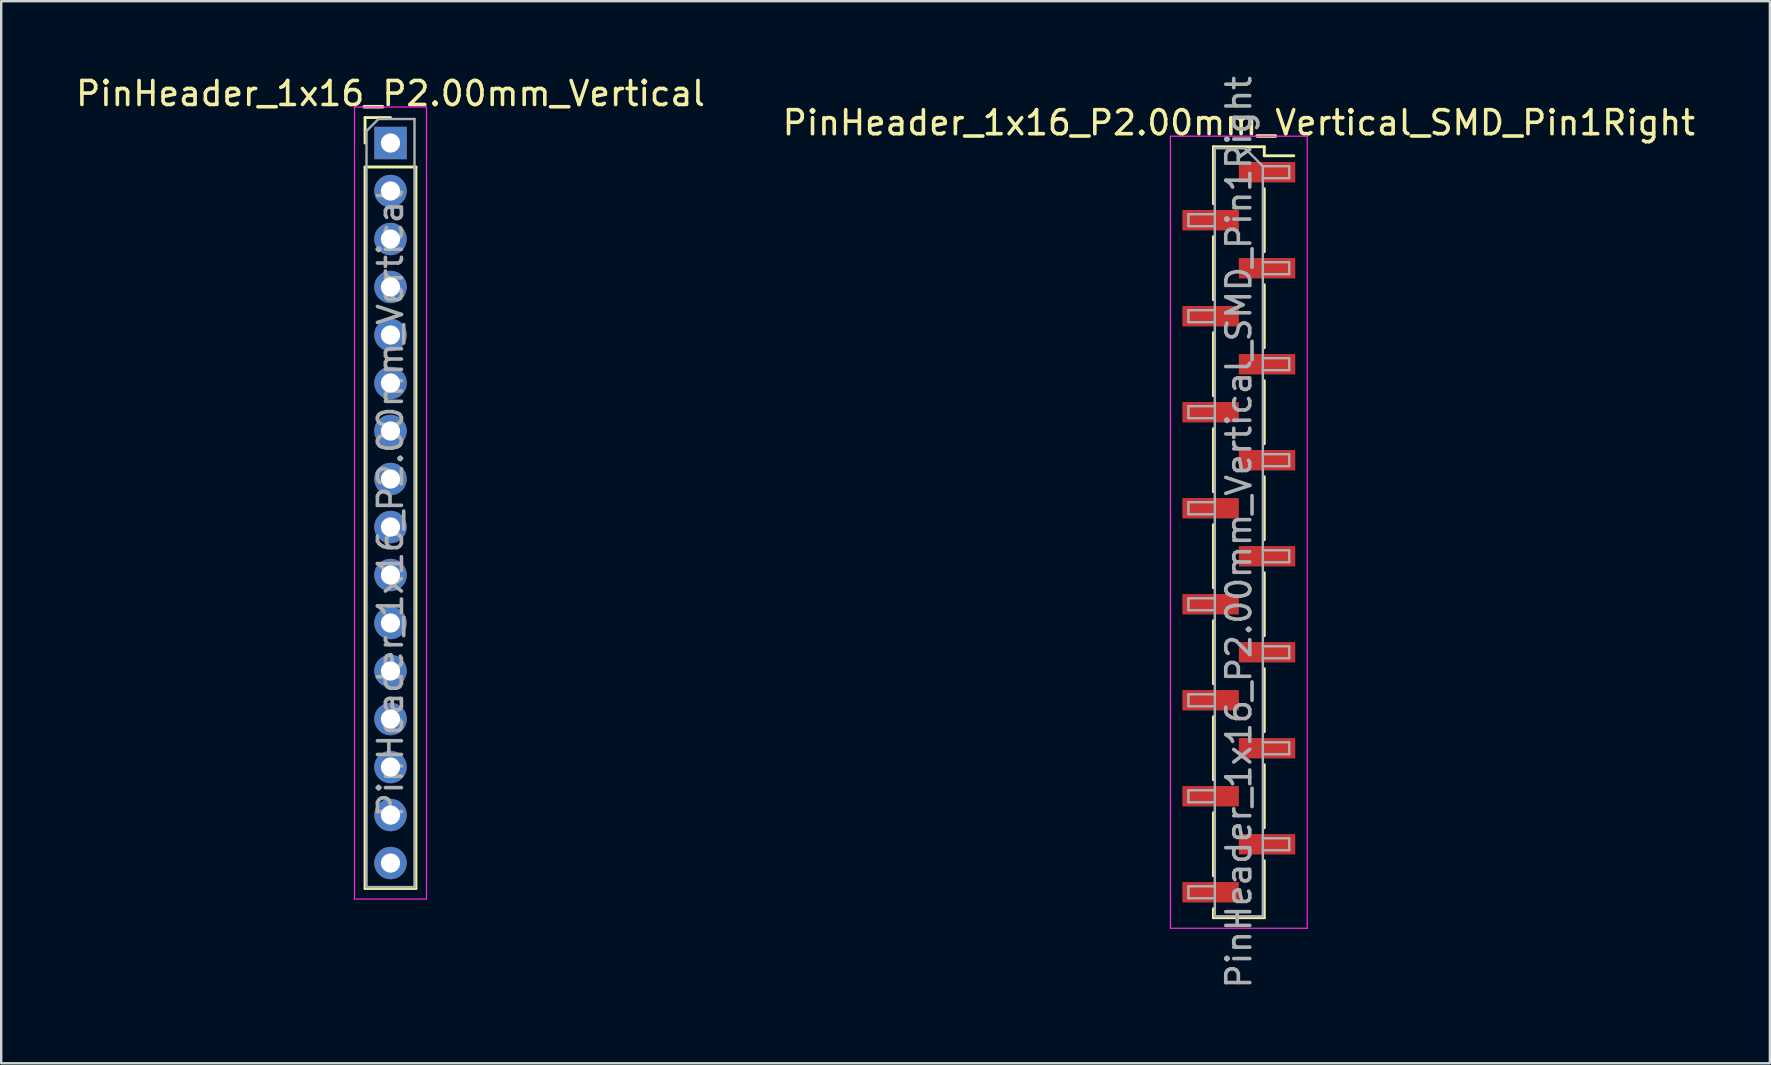
<source format=kicad_pcb>
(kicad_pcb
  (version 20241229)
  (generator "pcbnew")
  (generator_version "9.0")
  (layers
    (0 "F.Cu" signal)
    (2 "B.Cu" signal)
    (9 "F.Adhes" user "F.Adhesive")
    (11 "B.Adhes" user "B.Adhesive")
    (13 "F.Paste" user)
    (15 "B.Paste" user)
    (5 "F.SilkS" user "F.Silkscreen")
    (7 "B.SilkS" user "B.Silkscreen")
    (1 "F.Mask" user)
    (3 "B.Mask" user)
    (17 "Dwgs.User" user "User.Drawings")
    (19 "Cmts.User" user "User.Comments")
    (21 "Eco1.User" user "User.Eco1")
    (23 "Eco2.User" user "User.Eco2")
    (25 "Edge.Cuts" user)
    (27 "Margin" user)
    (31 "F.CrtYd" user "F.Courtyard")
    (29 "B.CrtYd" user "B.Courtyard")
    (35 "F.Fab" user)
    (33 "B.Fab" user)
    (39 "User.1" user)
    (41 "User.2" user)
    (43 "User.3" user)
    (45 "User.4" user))
  (footprint "PinHeader_1x16_P2.00mm_Vertical_SMD_Pin1Right"
    (layer "F.Cu")
    (at 48.565 19.125)
    (property "Reference" "PinHeader_1x16_P2.00mm_Vertical_SMD_Pin1Right" (at 0 -17.06 0) (layer "F.SilkS") (effects (font (size 1 1) (thickness 0.15))))
    (attr smd)
    (fp_line (start -1.06 -16.06) (end -1.06 -13.685) (stroke (width 0.12) (type solid)) (layer "F.SilkS"))
    (fp_line (start -1.06 -16.06) (end 1.06 -16.06) (stroke (width 0.12) (type solid)) (layer "F.SilkS"))
    (fp_line (start -1.06 -12.315) (end -1.06 -9.685) (stroke (width 0.12) (type solid)) (layer "F.SilkS"))
    (fp_line (start -1.06 -8.315) (end -1.06 -5.685) (stroke (width 0.12) (type solid)) (layer "F.SilkS"))
    (fp_line (start -1.06 -4.315) (end -1.06 -1.685) (stroke (width 0.12) (type solid)) (layer "F.SilkS"))
    (fp_line (start -1.06 -0.315) (end -1.06 2.315) (stroke (width 0.12) (type solid)) (layer "F.SilkS"))
    (fp_line (start -1.06 3.685) (end -1.06 6.315) (stroke (width 0.12) (type solid)) (layer "F.SilkS"))
    (fp_line (start -1.06 7.685) (end -1.06 10.315) (stroke (width 0.12) (type solid)) (layer "F.SilkS"))
    (fp_line (start -1.06 11.685) (end -1.06 14.315) (stroke (width 0.12) (type solid)) (layer "F.SilkS"))
    (fp_line (start -1.06 15.685) (end -1.06 16.06) (stroke (width 0.12) (type solid)) (layer "F.SilkS"))
    (fp_line (start -1.06 16.06) (end 1.06 16.06) (stroke (width 0.12) (type solid)) (layer "F.SilkS"))
    (fp_line (start 1.06 -16.06) (end 1.06 -15.685) (stroke (width 0.12) (type solid)) (layer "F.SilkS"))
    (fp_line (start 1.06 -15.685) (end 2.29 -15.685) (stroke (width 0.12) (type solid)) (layer "F.SilkS"))
    (fp_line (start 1.06 -14.315) (end 1.06 -11.685) (stroke (width 0.12) (type solid)) (layer "F.SilkS"))
    (fp_line (start 1.06 -10.315) (end 1.06 -7.685) (stroke (width 0.12) (type solid)) (layer "F.SilkS"))
    (fp_line (start 1.06 -6.315) (end 1.06 -3.685) (stroke (width 0.12) (type solid)) (layer "F.SilkS"))
    (fp_line (start 1.06 -2.315) (end 1.06 0.315) (stroke (width 0.12) (type solid)) (layer "F.SilkS"))
    (fp_line (start 1.06 1.685) (end 1.06 4.315) (stroke (width 0.12) (type solid)) (layer "F.SilkS"))
    (fp_line (start 1.06 5.685) (end 1.06 8.315) (stroke (width 0.12) (type solid)) (layer "F.SilkS"))
    (fp_line (start 1.06 9.685) (end 1.06 12.315) (stroke (width 0.12) (type solid)) (layer "F.SilkS"))
    (fp_line (start 1.06 13.685) (end 1.06 16.06) (stroke (width 0.12) (type solid)) (layer "F.SilkS"))
    (fp_line (start -2.85 -16.5) (end -2.85 16.5) (stroke (width 0.05) (type solid)) (layer "F.CrtYd"))
    (fp_line (start -2.85 16.5) (end 2.85 16.5) (stroke (width 0.05) (type solid)) (layer "F.CrtYd"))
    (fp_line (start 2.85 -16.5) (end -2.85 -16.5) (stroke (width 0.05) (type solid)) (layer "F.CrtYd"))
    (fp_line (start 2.85 16.5) (end 2.85 -16.5) (stroke (width 0.05) (type solid)) (layer "F.CrtYd"))
    (fp_line (start -2.1 -13.25) (end -2.1 -12.75) (stroke (width 0.1) (type solid)) (layer "F.Fab"))
    (fp_line (start -2.1 -12.75) (end -1 -12.75) (stroke (width 0.1) (type solid)) (layer "F.Fab"))
    (fp_line (start -2.1 -9.25) (end -2.1 -8.75) (stroke (width 0.1) (type solid)) (layer "F.Fab"))
    (fp_line (start -2.1 -8.75) (end -1 -8.75) (stroke (width 0.1) (type solid)) (layer "F.Fab"))
    (fp_line (start -2.1 -5.25) (end -2.1 -4.75) (stroke (width 0.1) (type solid)) (layer "F.Fab"))
    (fp_line (start -2.1 -4.75) (end -1 -4.75) (stroke (width 0.1) (type solid)) (layer "F.Fab"))
    (fp_line (start -2.1 -1.25) (end -2.1 -0.75) (stroke (width 0.1) (type solid)) (layer "F.Fab"))
    (fp_line (start -2.1 -0.75) (end -1 -0.75) (stroke (width 0.1) (type solid)) (layer "F.Fab"))
    (fp_line (start -2.1 2.75) (end -2.1 3.25) (stroke (width 0.1) (type solid)) (layer "F.Fab"))
    (fp_line (start -2.1 3.25) (end -1 3.25) (stroke (width 0.1) (type solid)) (layer "F.Fab"))
    (fp_line (start -2.1 6.75) (end -2.1 7.25) (stroke (width 0.1) (type solid)) (layer "F.Fab"))
    (fp_line (start -2.1 7.25) (end -1 7.25) (stroke (width 0.1) (type solid)) (layer "F.Fab"))
    (fp_line (start -2.1 10.75) (end -2.1 11.25) (stroke (width 0.1) (type solid)) (layer "F.Fab"))
    (fp_line (start -2.1 11.25) (end -1 11.25) (stroke (width 0.1) (type solid)) (layer "F.Fab"))
    (fp_line (start -2.1 14.75) (end -2.1 15.25) (stroke (width 0.1) (type solid)) (layer "F.Fab"))
    (fp_line (start -2.1 15.25) (end -1 15.25) (stroke (width 0.1) (type solid)) (layer "F.Fab"))
    (fp_line (start -1 -16) (end -1 16) (stroke (width 0.1) (type solid)) (layer "F.Fab"))
    (fp_line (start -1 -16) (end 0.25 -16) (stroke (width 0.1) (type solid)) (layer "F.Fab"))
    (fp_line (start -1 -13.25) (end -2.1 -13.25) (stroke (width 0.1) (type solid)) (layer "F.Fab"))
    (fp_line (start -1 -9.25) (end -2.1 -9.25) (stroke (width 0.1) (type solid)) (layer "F.Fab"))
    (fp_line (start -1 -5.25) (end -2.1 -5.25) (stroke (width 0.1) (type solid)) (layer "F.Fab"))
    (fp_line (start -1 -1.25) (end -2.1 -1.25) (stroke (width 0.1) (type solid)) (layer "F.Fab"))
    (fp_line (start -1 2.75) (end -2.1 2.75) (stroke (width 0.1) (type solid)) (layer "F.Fab"))
    (fp_line (start -1 6.75) (end -2.1 6.75) (stroke (width 0.1) (type solid)) (layer "F.Fab"))
    (fp_line (start -1 10.75) (end -2.1 10.75) (stroke (width 0.1) (type solid)) (layer "F.Fab"))
    (fp_line (start -1 14.75) (end -2.1 14.75) (stroke (width 0.1) (type solid)) (layer "F.Fab"))
    (fp_line (start 1 -15.25) (end 0.25 -16) (stroke (width 0.1) (type solid)) (layer "F.Fab"))
    (fp_line (start 1 -15.25) (end 2.1 -15.25) (stroke (width 0.1) (type solid)) (layer "F.Fab"))
    (fp_line (start 1 -11.25) (end 2.1 -11.25) (stroke (width 0.1) (type solid)) (layer "F.Fab"))
    (fp_line (start 1 -7.25) (end 2.1 -7.25) (stroke (width 0.1) (type solid)) (layer "F.Fab"))
    (fp_line (start 1 -3.25) (end 2.1 -3.25) (stroke (width 0.1) (type solid)) (layer "F.Fab"))
    (fp_line (start 1 0.75) (end 2.1 0.75) (stroke (width 0.1) (type solid)) (layer "F.Fab"))
    (fp_line (start 1 4.75) (end 2.1 4.75) (stroke (width 0.1) (type solid)) (layer "F.Fab"))
    (fp_line (start 1 8.75) (end 2.1 8.75) (stroke (width 0.1) (type solid)) (layer "F.Fab"))
    (fp_line (start 1 12.75) (end 2.1 12.75) (stroke (width 0.1) (type solid)) (layer "F.Fab"))
    (fp_line (start 1 16) (end -1 16) (stroke (width 0.1) (type solid)) (layer "F.Fab"))
    (fp_line (start 1 16) (end 1 -15.25) (stroke (width 0.1) (type solid)) (layer "F.Fab"))
    (fp_line (start 2.1 -15.25) (end 2.1 -14.75) (stroke (width 0.1) (type solid)) (layer "F.Fab"))
    (fp_line (start 2.1 -14.75) (end 1 -14.75) (stroke (width 0.1) (type solid)) (layer "F.Fab"))
    (fp_line (start 2.1 -11.25) (end 2.1 -10.75) (stroke (width 0.1) (type solid)) (layer "F.Fab"))
    (fp_line (start 2.1 -10.75) (end 1 -10.75) (stroke (width 0.1) (type solid)) (layer "F.Fab"))
    (fp_line (start 2.1 -7.25) (end 2.1 -6.75) (stroke (width 0.1) (type solid)) (layer "F.Fab"))
    (fp_line (start 2.1 -6.75) (end 1 -6.75) (stroke (width 0.1) (type solid)) (layer "F.Fab"))
    (fp_line (start 2.1 -3.25) (end 2.1 -2.75) (stroke (width 0.1) (type solid)) (layer "F.Fab"))
    (fp_line (start 2.1 -2.75) (end 1 -2.75) (stroke (width 0.1) (type solid)) (layer "F.Fab"))
    (fp_line (start 2.1 0.75) (end 2.1 1.25) (stroke (width 0.1) (type solid)) (layer "F.Fab"))
    (fp_line (start 2.1 1.25) (end 1 1.25) (stroke (width 0.1) (type solid)) (layer "F.Fab"))
    (fp_line (start 2.1 4.75) (end 2.1 5.25) (stroke (width 0.1) (type solid)) (layer "F.Fab"))
    (fp_line (start 2.1 5.25) (end 1 5.25) (stroke (width 0.1) (type solid)) (layer "F.Fab"))
    (fp_line (start 2.1 8.75) (end 2.1 9.25) (stroke (width 0.1) (type solid)) (layer "F.Fab"))
    (fp_line (start 2.1 9.25) (end 1 9.25) (stroke (width 0.1) (type solid)) (layer "F.Fab"))
    (fp_line (start 2.1 12.75) (end 2.1 13.25) (stroke (width 0.1) (type solid)) (layer "F.Fab"))
    (fp_line (start 2.1 13.25) (end 1 13.25) (stroke (width 0.1) (type solid)) (layer "F.Fab"))
    (fp_text user "${REFERENCE}" (at 0 0 90) (layer "F.Fab") (effects (font (size 1 1) (thickness 0.15))))
    (pad "1" smd rect (at 1.175 -15) (size 2.35 0.85) (layers "F.Cu" "F.Mask" "F.Paste"))
    (pad "2" smd rect (at -1.175 -13) (size 2.35 0.85) (layers "F.Cu" "F.Mask" "F.Paste"))
    (pad "3" smd rect (at 1.175 -11) (size 2.35 0.85) (layers "F.Cu" "F.Mask" "F.Paste"))
    (pad "4" smd rect (at -1.175 -9) (size 2.35 0.85) (layers "F.Cu" "F.Mask" "F.Paste"))
    (pad "5" smd rect (at 1.175 -7) (size 2.35 0.85) (layers "F.Cu" "F.Mask" "F.Paste"))
    (pad "6" smd rect (at -1.175 -5) (size 2.35 0.85) (layers "F.Cu" "F.Mask" "F.Paste"))
    (pad "7" smd rect (at 1.175 -3) (size 2.35 0.85) (layers "F.Cu" "F.Mask" "F.Paste"))
    (pad "8" smd rect (at -1.175 -1) (size 2.35 0.85) (layers "F.Cu" "F.Mask" "F.Paste"))
    (pad "9" smd rect (at 1.175 1) (size 2.35 0.85) (layers "F.Cu" "F.Mask" "F.Paste"))
    (pad "10" smd rect (at -1.175 3) (size 2.35 0.85) (layers "F.Cu" "F.Mask" "F.Paste"))
    (pad "11" smd rect (at 1.175 5) (size 2.35 0.85) (layers "F.Cu" "F.Mask" "F.Paste"))
    (pad "12" smd rect (at -1.175 7) (size 2.35 0.85) (layers "F.Cu" "F.Mask" "F.Paste"))
    (pad "13" smd rect (at 1.175 9) (size 2.35 0.85) (layers "F.Cu" "F.Mask" "F.Paste"))
    (pad "14" smd rect (at -1.175 11) (size 2.35 0.85) (layers "F.Cu" "F.Mask" "F.Paste"))
    (pad "15" smd rect (at 1.175 13) (size 2.35 0.85) (layers "F.Cu" "F.Mask" "F.Paste"))
    (pad "16" smd rect (at -1.175 15) (size 2.35 0.85) (layers "F.Cu" "F.Mask" "F.Paste")))
  (footprint "PinHeader_1x16_P2.00mm_Vertical"
    (layer "F.Cu")
    (at 13.22 2.908)
    (property "Reference" "PinHeader_1x16_P2.00mm_Vertical" (at 0 -2.06 0) (layer "F.SilkS") (effects (font (size 1 1) (thickness 0.15))))
    (attr through_hole)
    (fp_line (start -1.06 -1.06) (end 0 -1.06) (stroke (width 0.12) (type solid)) (layer "F.SilkS"))
    (fp_line (start -1.06 0) (end -1.06 -1.06) (stroke (width 0.12) (type solid)) (layer "F.SilkS"))
    (fp_line (start -1.06 1) (end -1.06 31.06) (stroke (width 0.12) (type solid)) (layer "F.SilkS"))
    (fp_line (start -1.06 1) (end 1.06 1) (stroke (width 0.12) (type solid)) (layer "F.SilkS"))
    (fp_line (start -1.06 31.06) (end 1.06 31.06) (stroke (width 0.12) (type solid)) (layer "F.SilkS"))
    (fp_line (start 1.06 1) (end 1.06 31.06) (stroke (width 0.12) (type solid)) (layer "F.SilkS"))
    (fp_line (start -1.5 -1.5) (end -1.5 31.5) (stroke (width 0.05) (type solid)) (layer "F.CrtYd"))
    (fp_line (start -1.5 31.5) (end 1.5 31.5) (stroke (width 0.05) (type solid)) (layer "F.CrtYd"))
    (fp_line (start 1.5 -1.5) (end -1.5 -1.5) (stroke (width 0.05) (type solid)) (layer "F.CrtYd"))
    (fp_line (start 1.5 31.5) (end 1.5 -1.5) (stroke (width 0.05) (type solid)) (layer "F.CrtYd"))
    (fp_line (start -1 -0.5) (end -0.5 -1) (stroke (width 0.1) (type solid)) (layer "F.Fab"))
    (fp_line (start -1 31) (end -1 -0.5) (stroke (width 0.1) (type solid)) (layer "F.Fab"))
    (fp_line (start -0.5 -1) (end 1 -1) (stroke (width 0.1) (type solid)) (layer "F.Fab"))
    (fp_line (start 1 -1) (end 1 31) (stroke (width 0.1) (type solid)) (layer "F.Fab"))
    (fp_line (start 1 31) (end -1 31) (stroke (width 0.1) (type solid)) (layer "F.Fab"))
    (fp_text user "${REFERENCE}" (at 0 15 90) (layer "F.Fab") (effects (font (size 1 1) (thickness 0.15))))
    (pad "1" thru_hole rect (at 0 0) (size 1.35 1.35) (drill 0.8) (layers "*.Cu" "*.Mask"))
    (pad "2" thru_hole oval (at 0 2) (size 1.35 1.35) (drill 0.8) (layers "*.Cu" "*.Mask"))
    (pad "3" thru_hole oval (at 0 4) (size 1.35 1.35) (drill 0.8) (layers "*.Cu" "*.Mask"))
    (pad "4" thru_hole oval (at 0 6) (size 1.35 1.35) (drill 0.8) (layers "*.Cu" "*.Mask"))
    (pad "5" thru_hole oval (at 0 8) (size 1.35 1.35) (drill 0.8) (layers "*.Cu" "*.Mask"))
    (pad "6" thru_hole oval (at 0 10) (size 1.35 1.35) (drill 0.8) (layers "*.Cu" "*.Mask"))
    (pad "7" thru_hole oval (at 0 12) (size 1.35 1.35) (drill 0.8) (layers "*.Cu" "*.Mask"))
    (pad "8" thru_hole oval (at 0 14) (size 1.35 1.35) (drill 0.8) (layers "*.Cu" "*.Mask"))
    (pad "9" thru_hole oval (at 0 16) (size 1.35 1.35) (drill 0.8) (layers "*.Cu" "*.Mask"))
    (pad "10" thru_hole oval (at 0 18) (size 1.35 1.35) (drill 0.8) (layers "*.Cu" "*.Mask"))
    (pad "11" thru_hole oval (at 0 20) (size 1.35 1.35) (drill 0.8) (layers "*.Cu" "*.Mask"))
    (pad "12" thru_hole oval (at 0 22) (size 1.35 1.35) (drill 0.8) (layers "*.Cu" "*.Mask"))
    (pad "13" thru_hole oval (at 0 24) (size 1.35 1.35) (drill 0.8) (layers "*.Cu" "*.Mask"))
    (pad "14" thru_hole oval (at 0 26) (size 1.35 1.35) (drill 0.8) (layers "*.Cu" "*.Mask"))
    (pad "15" thru_hole oval (at 0 28) (size 1.35 1.35) (drill 0.8) (layers "*.Cu" "*.Mask"))
    (pad "16" thru_hole oval (at 0 30) (size 1.35 1.35) (drill 0.8) (layers "*.Cu" "*.Mask")))
  (gr_rect
    (start -3 -3)
    (end 70.69 41.25)
    (stroke (width 0.1) (type default))
    (fill no)
    (layer "Edge.Cuts")))
</source>
